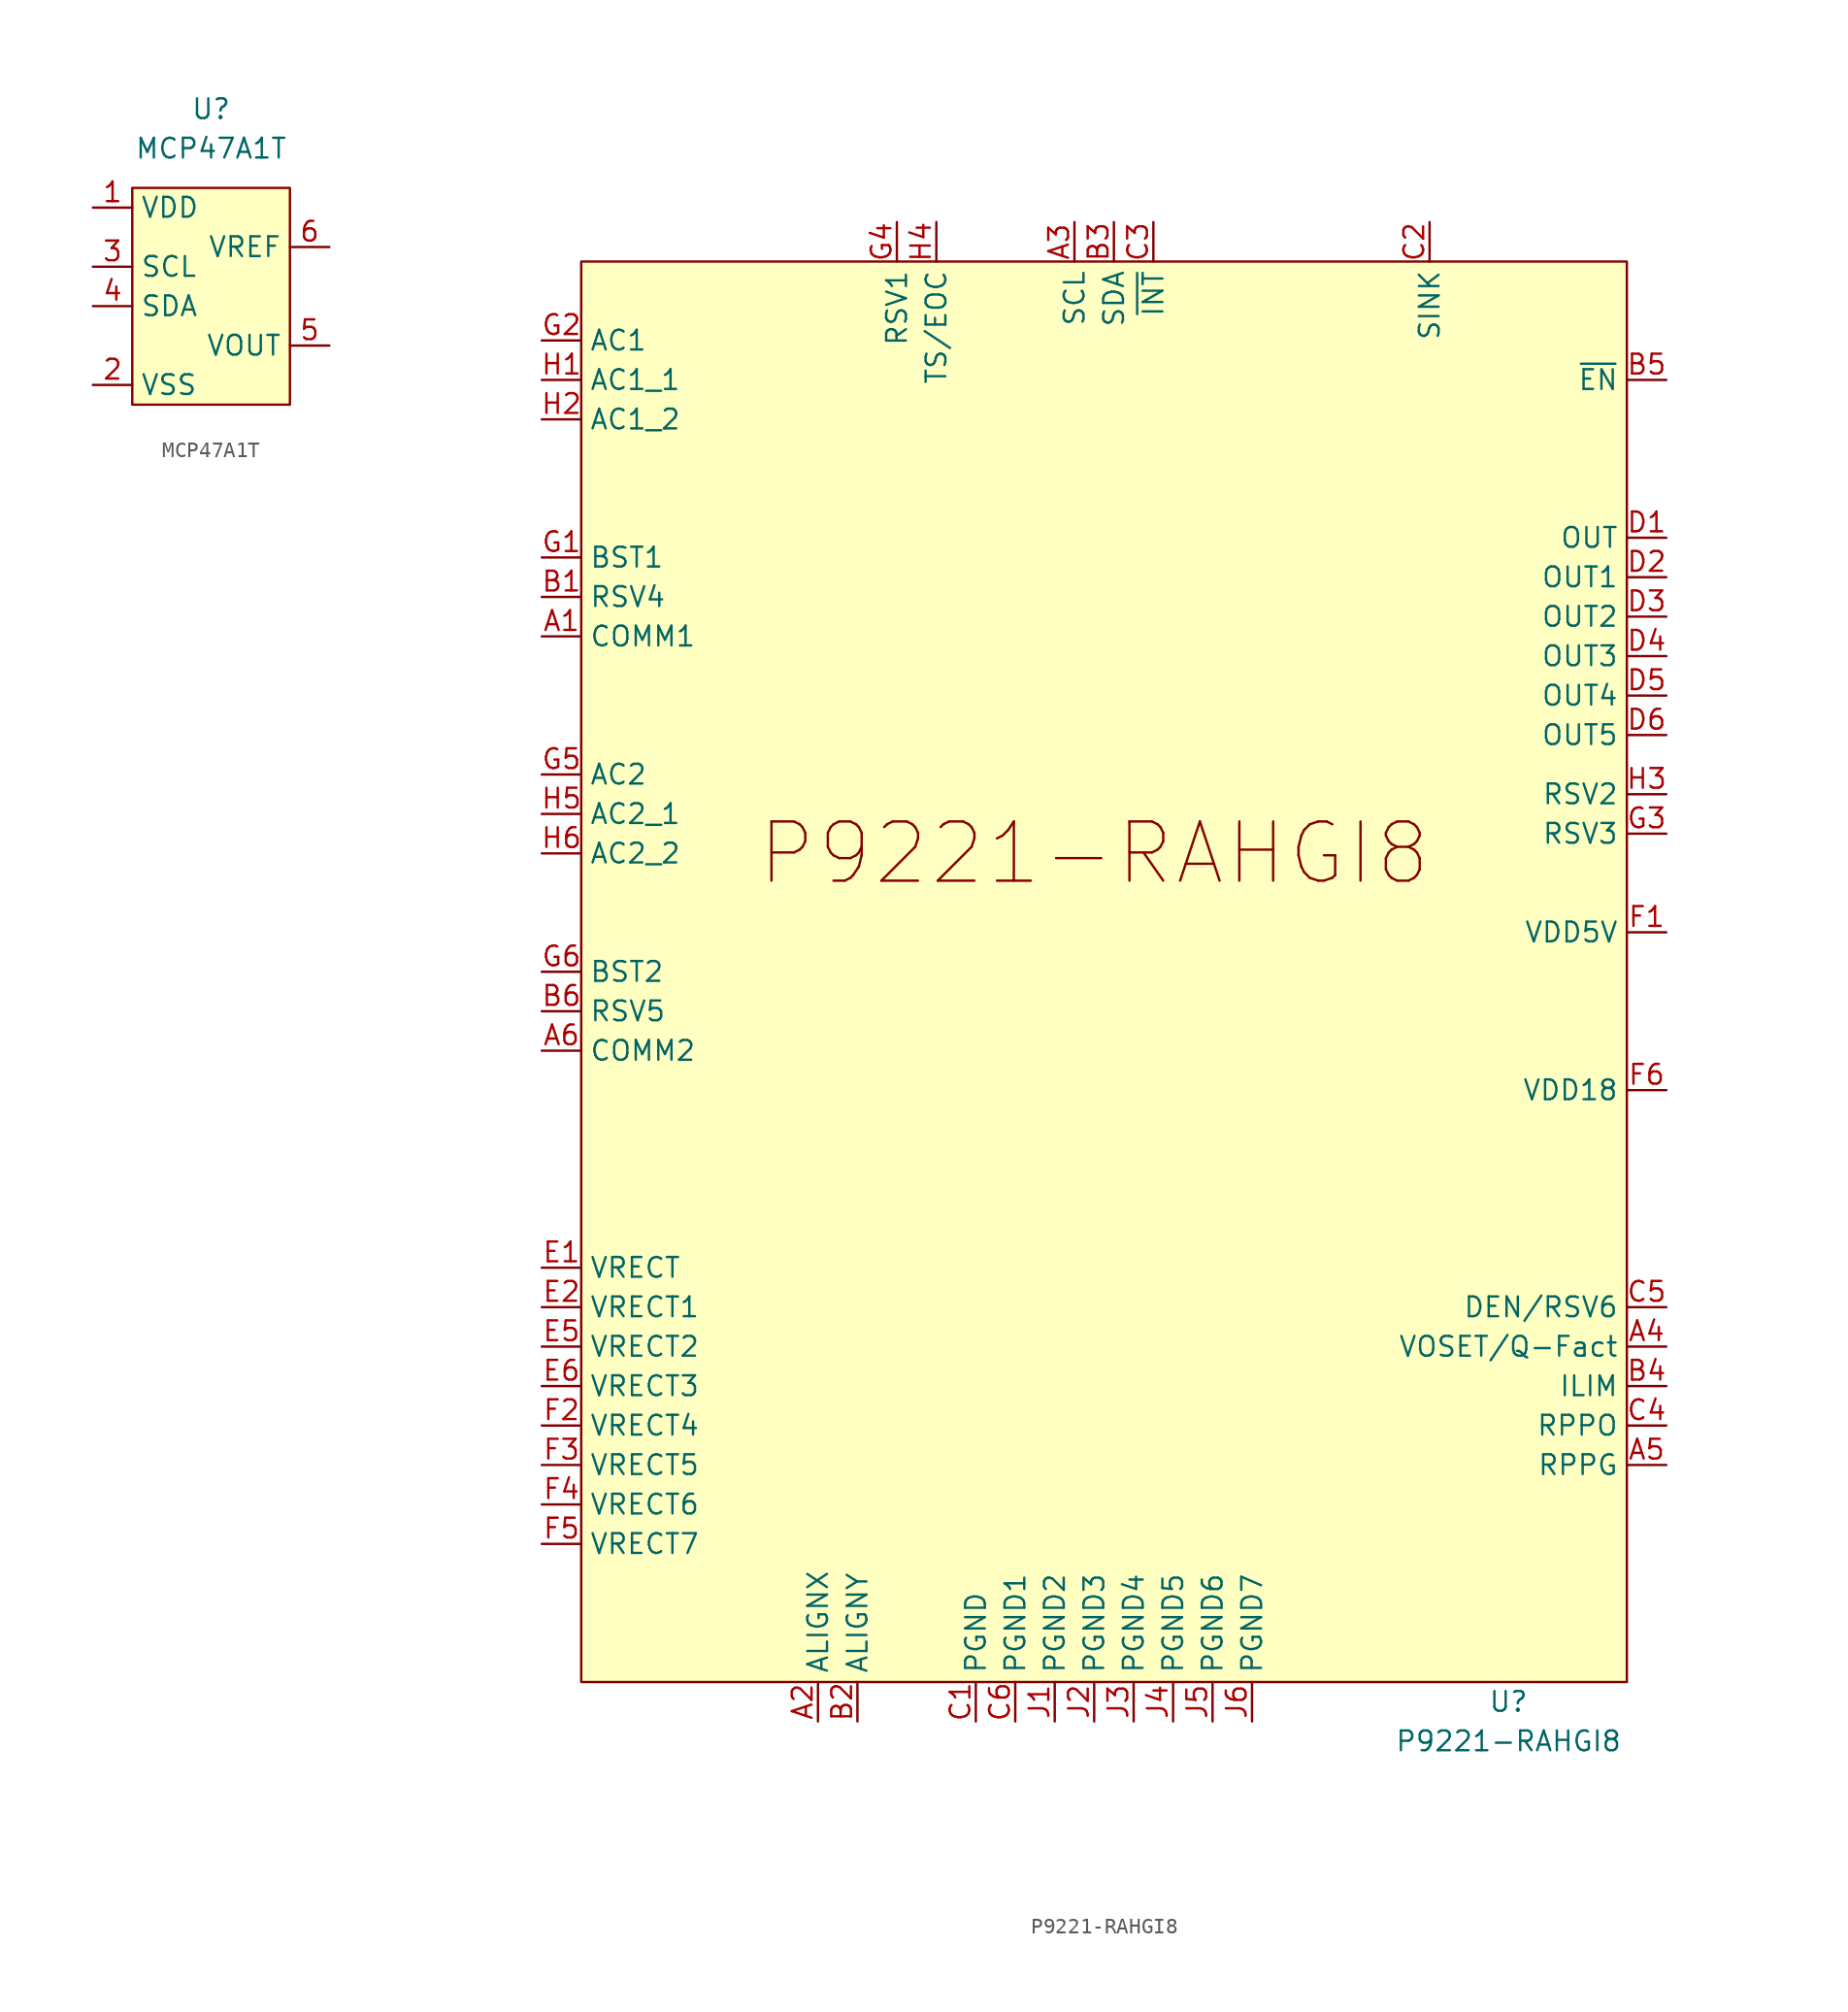
<source format=kicad_sym>
(kicad_symbol_lib
  (version 20211014)
  (generator kicad_symbol_editor)
  (symbol "MCP47A1T"
    (property "Reference" "U"
      (at 0 13.97 0)
      (effects (font (size 1.27 1.27))))
    (property "Value" "MCP47A1T"
      (at 0 11.43 0)
      (effects (font (size 1.27 1.27))))
    (symbol "MCP47A1T_0_1"
      (rectangle (start -5.08 8.89) (end 5.08 -5.08) (stroke (width 0) (type default) (color 0 0 0 0)) (fill (type background))))
    (symbol "MCP47A1T_1_1"
      (pin power_in line (at -7.62 7.62 0) (length 2.54) (name "VDD" (effects (font (size 1.27 1.27)))) (number "1" (effects (font (size 1.27 1.27)))))
      (pin power_in line (at -7.62 -3.81 0) (length 2.54) (name "VSS" (effects (font (size 1.27 1.27)))) (number "2" (effects (font (size 1.27 1.27)))))
      (pin input line (at -7.62 3.81 0) (length 2.54) (name "SCL" (effects (font (size 1.27 1.27)))) (number "3" (effects (font (size 1.27 1.27)))))
      (pin bidirectional line (at -7.62 1.27 0) (length 2.54) (name "SDA" (effects (font (size 1.27 1.27)))) (number "4" (effects (font (size 1.27 1.27)))))
      (pin input line (at 7.62 -1.27 180) (length 2.54) (name "VOUT" (effects (font (size 1.27 1.27)))) (number "5" (effects (font (size 1.27 1.27)))))
      (pin input line (at 7.62 5.08 180) (length 2.54) (name "VREF" (effects (font (size 1.27 1.27)))) (number "6" (effects (font (size 1.27 1.27)))))))
  (symbol "P9221-RAHGI8"
    (property "Reference" "U"
      (at 25.4 -59.69 0)
      (effects (font (size 1.27 1.27))))
    (property "Value" "P9221-RAHGI8"
      (at 25.4 -62.23 0)
      (effects (font (size 1.27 1.27))))
    (symbol "P9221-RAHGI8_0_0"
      (text "P9221-RAHGI8" (at -1.27 -5.08 0) (effects (font (size 3.81 3.81)))))
    (symbol "P9221-RAHGI8_0_1"
      (rectangle (start -34.29 33.02) (end 33.02 -58.42) (stroke (width 0) (type default) (color 0 0 0 0)) (fill (type background))))
    (symbol "P9221-RAHGI8_1_1"
      (pin input line (at -36.83 8.89 0) (length 2.54) (name "COMM1" (effects (font (size 1.27 1.27)))) (number "A1" (effects (font (size 1.27 1.27)))))
      (pin input line (at -19.05 -60.96 90) (length 2.54) (name "ALIGNX" (effects (font (size 1.27 1.27)))) (number "A2" (effects (font (size 1.27 1.27)))))
      (pin input line (at -2.54 35.56 270) (length 2.54) (name "SCL" (effects (font (size 1.27 1.27)))) (number "A3" (effects (font (size 1.27 1.27)))))
      (pin input line (at 35.56 -36.83 180) (length 2.54) (name "VOSET/Q-Fact" (effects (font (size 1.27 1.27)))) (number "A4" (effects (font (size 1.27 1.27)))))
      (pin input line (at 35.56 -44.45 180) (length 2.54) (name "RPPG" (effects (font (size 1.27 1.27)))) (number "A5" (effects (font (size 1.27 1.27)))))
      (pin input line (at -36.83 -17.78 0) (length 2.54) (name "COMM2" (effects (font (size 1.27 1.27)))) (number "A6" (effects (font (size 1.27 1.27)))))
      (pin input line (at -36.83 11.43 0) (length 2.54) (name "RSV4" (effects (font (size 1.27 1.27)))) (number "B1" (effects (font (size 1.27 1.27)))))
      (pin input line (at -16.51 -60.96 90) (length 2.54) (name "ALIGNY" (effects (font (size 1.27 1.27)))) (number "B2" (effects (font (size 1.27 1.27)))))
      (pin input line (at 0 35.56 270) (length 2.54) (name "SDA" (effects (font (size 1.27 1.27)))) (number "B3" (effects (font (size 1.27 1.27)))))
      (pin input line (at 35.56 -39.37 180) (length 2.54) (name "ILIM" (effects (font (size 1.27 1.27)))) (number "B4" (effects (font (size 1.27 1.27)))))
      (pin input line (at 35.56 25.4 180) (length 2.54) (name "~{EN}" (effects (font (size 1.27 1.27)))) (number "B5" (effects (font (size 1.27 1.27)))))
      (pin input line (at -36.83 -15.24 0) (length 2.54) (name "RSV5" (effects (font (size 1.27 1.27)))) (number "B6" (effects (font (size 1.27 1.27)))))
      (pin input line (at -8.89 -60.96 90) (length 2.54) (name "PGND" (effects (font (size 1.27 1.27)))) (number "C1" (effects (font (size 1.27 1.27)))))
      (pin input line (at 20.32 35.56 270) (length 2.54) (name "SINK" (effects (font (size 1.27 1.27)))) (number "C2" (effects (font (size 1.27 1.27)))))
      (pin input line (at 2.54 35.56 270) (length 2.54) (name "~{INT}" (effects (font (size 1.27 1.27)))) (number "C3" (effects (font (size 1.27 1.27)))))
      (pin input line (at 35.56 -41.91 180) (length 2.54) (name "RPPO" (effects (font (size 1.27 1.27)))) (number "C4" (effects (font (size 1.27 1.27)))))
      (pin input line (at 35.56 -34.29 180) (length 2.54) (name "DEN/RSV6" (effects (font (size 1.27 1.27)))) (number "C5" (effects (font (size 1.27 1.27)))))
      (pin input line (at -6.35 -60.96 90) (length 2.54) (name "PGND1" (effects (font (size 1.27 1.27)))) (number "C6" (effects (font (size 1.27 1.27)))))
      (pin input line (at 35.56 15.24 180) (length 2.54) (name "OUT" (effects (font (size 1.27 1.27)))) (number "D1" (effects (font (size 1.27 1.27)))))
      (pin input line (at 35.56 12.7 180) (length 2.54) (name "OUT1" (effects (font (size 1.27 1.27)))) (number "D2" (effects (font (size 1.27 1.27)))))
      (pin input line (at 35.56 10.16 180) (length 2.54) (name "OUT2" (effects (font (size 1.27 1.27)))) (number "D3" (effects (font (size 1.27 1.27)))))
      (pin input line (at 35.56 7.62 180) (length 2.54) (name "OUT3" (effects (font (size 1.27 1.27)))) (number "D4" (effects (font (size 1.27 1.27)))))
      (pin input line (at 35.56 5.08 180) (length 2.54) (name "OUT4" (effects (font (size 1.27 1.27)))) (number "D5" (effects (font (size 1.27 1.27)))))
      (pin input line (at 35.56 2.54 180) (length 2.54) (name "OUT5" (effects (font (size 1.27 1.27)))) (number "D6" (effects (font (size 1.27 1.27)))))
      (pin input line (at -36.83 -31.75 0) (length 2.54) (name "VRECT" (effects (font (size 1.27 1.27)))) (number "E1" (effects (font (size 1.27 1.27)))))
      (pin input line (at -36.83 -34.29 0) (length 2.54) (name "VRECT1" (effects (font (size 1.27 1.27)))) (number "E2" (effects (font (size 1.27 1.27)))))
      (pin input line (at -36.83 -36.83 0) (length 2.54) (name "VRECT2" (effects (font (size 1.27 1.27)))) (number "E5" (effects (font (size 1.27 1.27)))))
      (pin input line (at -36.83 -39.37 0) (length 2.54) (name "VRECT3" (effects (font (size 1.27 1.27)))) (number "E6" (effects (font (size 1.27 1.27)))))
      (pin input line (at 35.56 -10.16 180) (length 2.54) (name "VDD5V" (effects (font (size 1.27 1.27)))) (number "F1" (effects (font (size 1.27 1.27)))))
      (pin input line (at -36.83 -41.91 0) (length 2.54) (name "VRECT4" (effects (font (size 1.27 1.27)))) (number "F2" (effects (font (size 1.27 1.27)))))
      (pin input line (at -36.83 -44.45 0) (length 2.54) (name "VRECT5" (effects (font (size 1.27 1.27)))) (number "F3" (effects (font (size 1.27 1.27)))))
      (pin input line (at -36.83 -46.99 0) (length 2.54) (name "VRECT6" (effects (font (size 1.27 1.27)))) (number "F4" (effects (font (size 1.27 1.27)))))
      (pin input line (at -36.83 -49.53 0) (length 2.54) (name "VRECT7" (effects (font (size 1.27 1.27)))) (number "F5" (effects (font (size 1.27 1.27)))))
      (pin input line (at 35.56 -20.32 180) (length 2.54) (name "VDD18" (effects (font (size 1.27 1.27)))) (number "F6" (effects (font (size 1.27 1.27)))))
      (pin input line (at -36.83 13.97 0) (length 2.54) (name "BST1" (effects (font (size 1.27 1.27)))) (number "G1" (effects (font (size 1.27 1.27)))))
      (pin input line (at -36.83 27.94 0) (length 2.54) (name "AC1" (effects (font (size 1.27 1.27)))) (number "G2" (effects (font (size 1.27 1.27)))))
      (pin input line (at 35.56 -3.81 180) (length 2.54) (name "RSV3" (effects (font (size 1.27 1.27)))) (number "G3" (effects (font (size 1.27 1.27)))))
      (pin input line (at -13.97 35.56 270) (length 2.54) (name "RSV1" (effects (font (size 1.27 1.27)))) (number "G4" (effects (font (size 1.27 1.27)))))
      (pin input line (at -36.83 0 0) (length 2.54) (name "AC2" (effects (font (size 1.27 1.27)))) (number "G5" (effects (font (size 1.27 1.27)))))
      (pin input line (at -36.83 -12.7 0) (length 2.54) (name "BST2" (effects (font (size 1.27 1.27)))) (number "G6" (effects (font (size 1.27 1.27)))))
      (pin input line (at -36.83 25.4 0) (length 2.54) (name "AC1_1" (effects (font (size 1.27 1.27)))) (number "H1" (effects (font (size 1.27 1.27)))))
      (pin input line (at -36.83 22.86 0) (length 2.54) (name "AC1_2" (effects (font (size 1.27 1.27)))) (number "H2" (effects (font (size 1.27 1.27)))))
      (pin input line (at 35.56 -1.27 180) (length 2.54) (name "RSV2" (effects (font (size 1.27 1.27)))) (number "H3" (effects (font (size 1.27 1.27)))))
      (pin input line (at -11.43 35.56 270) (length 2.54) (name "TS/EOC" (effects (font (size 1.27 1.27)))) (number "H4" (effects (font (size 1.27 1.27)))))
      (pin input line (at -36.83 -2.54 0) (length 2.54) (name "AC2_1" (effects (font (size 1.27 1.27)))) (number "H5" (effects (font (size 1.27 1.27)))))
      (pin input line (at -36.83 -5.08 0) (length 2.54) (name "AC2_2" (effects (font (size 1.27 1.27)))) (number "H6" (effects (font (size 1.27 1.27)))))
      (pin input line (at -3.81 -60.96 90) (length 2.54) (name "PGND2" (effects (font (size 1.27 1.27)))) (number "J1" (effects (font (size 1.27 1.27)))))
      (pin input line (at -1.27 -60.96 90) (length 2.54) (name "PGND3" (effects (font (size 1.27 1.27)))) (number "J2" (effects (font (size 1.27 1.27)))))
      (pin input line (at 1.27 -60.96 90) (length 2.54) (name "PGND4" (effects (font (size 1.27 1.27)))) (number "J3" (effects (font (size 1.27 1.27)))))
      (pin input line (at 3.81 -60.96 90) (length 2.54) (name "PGND5" (effects (font (size 1.27 1.27)))) (number "J4" (effects (font (size 1.27 1.27)))))
      (pin input line (at 6.35 -60.96 90) (length 2.54) (name "PGND6" (effects (font (size 1.27 1.27)))) (number "J5" (effects (font (size 1.27 1.27)))))
      (pin input line (at 8.89 -60.96 90) (length 2.54) (name "PGND7" (effects (font (size 1.27 1.27)))) (number "J6" (effects (font (size 1.27 1.27))))))))
</source>
